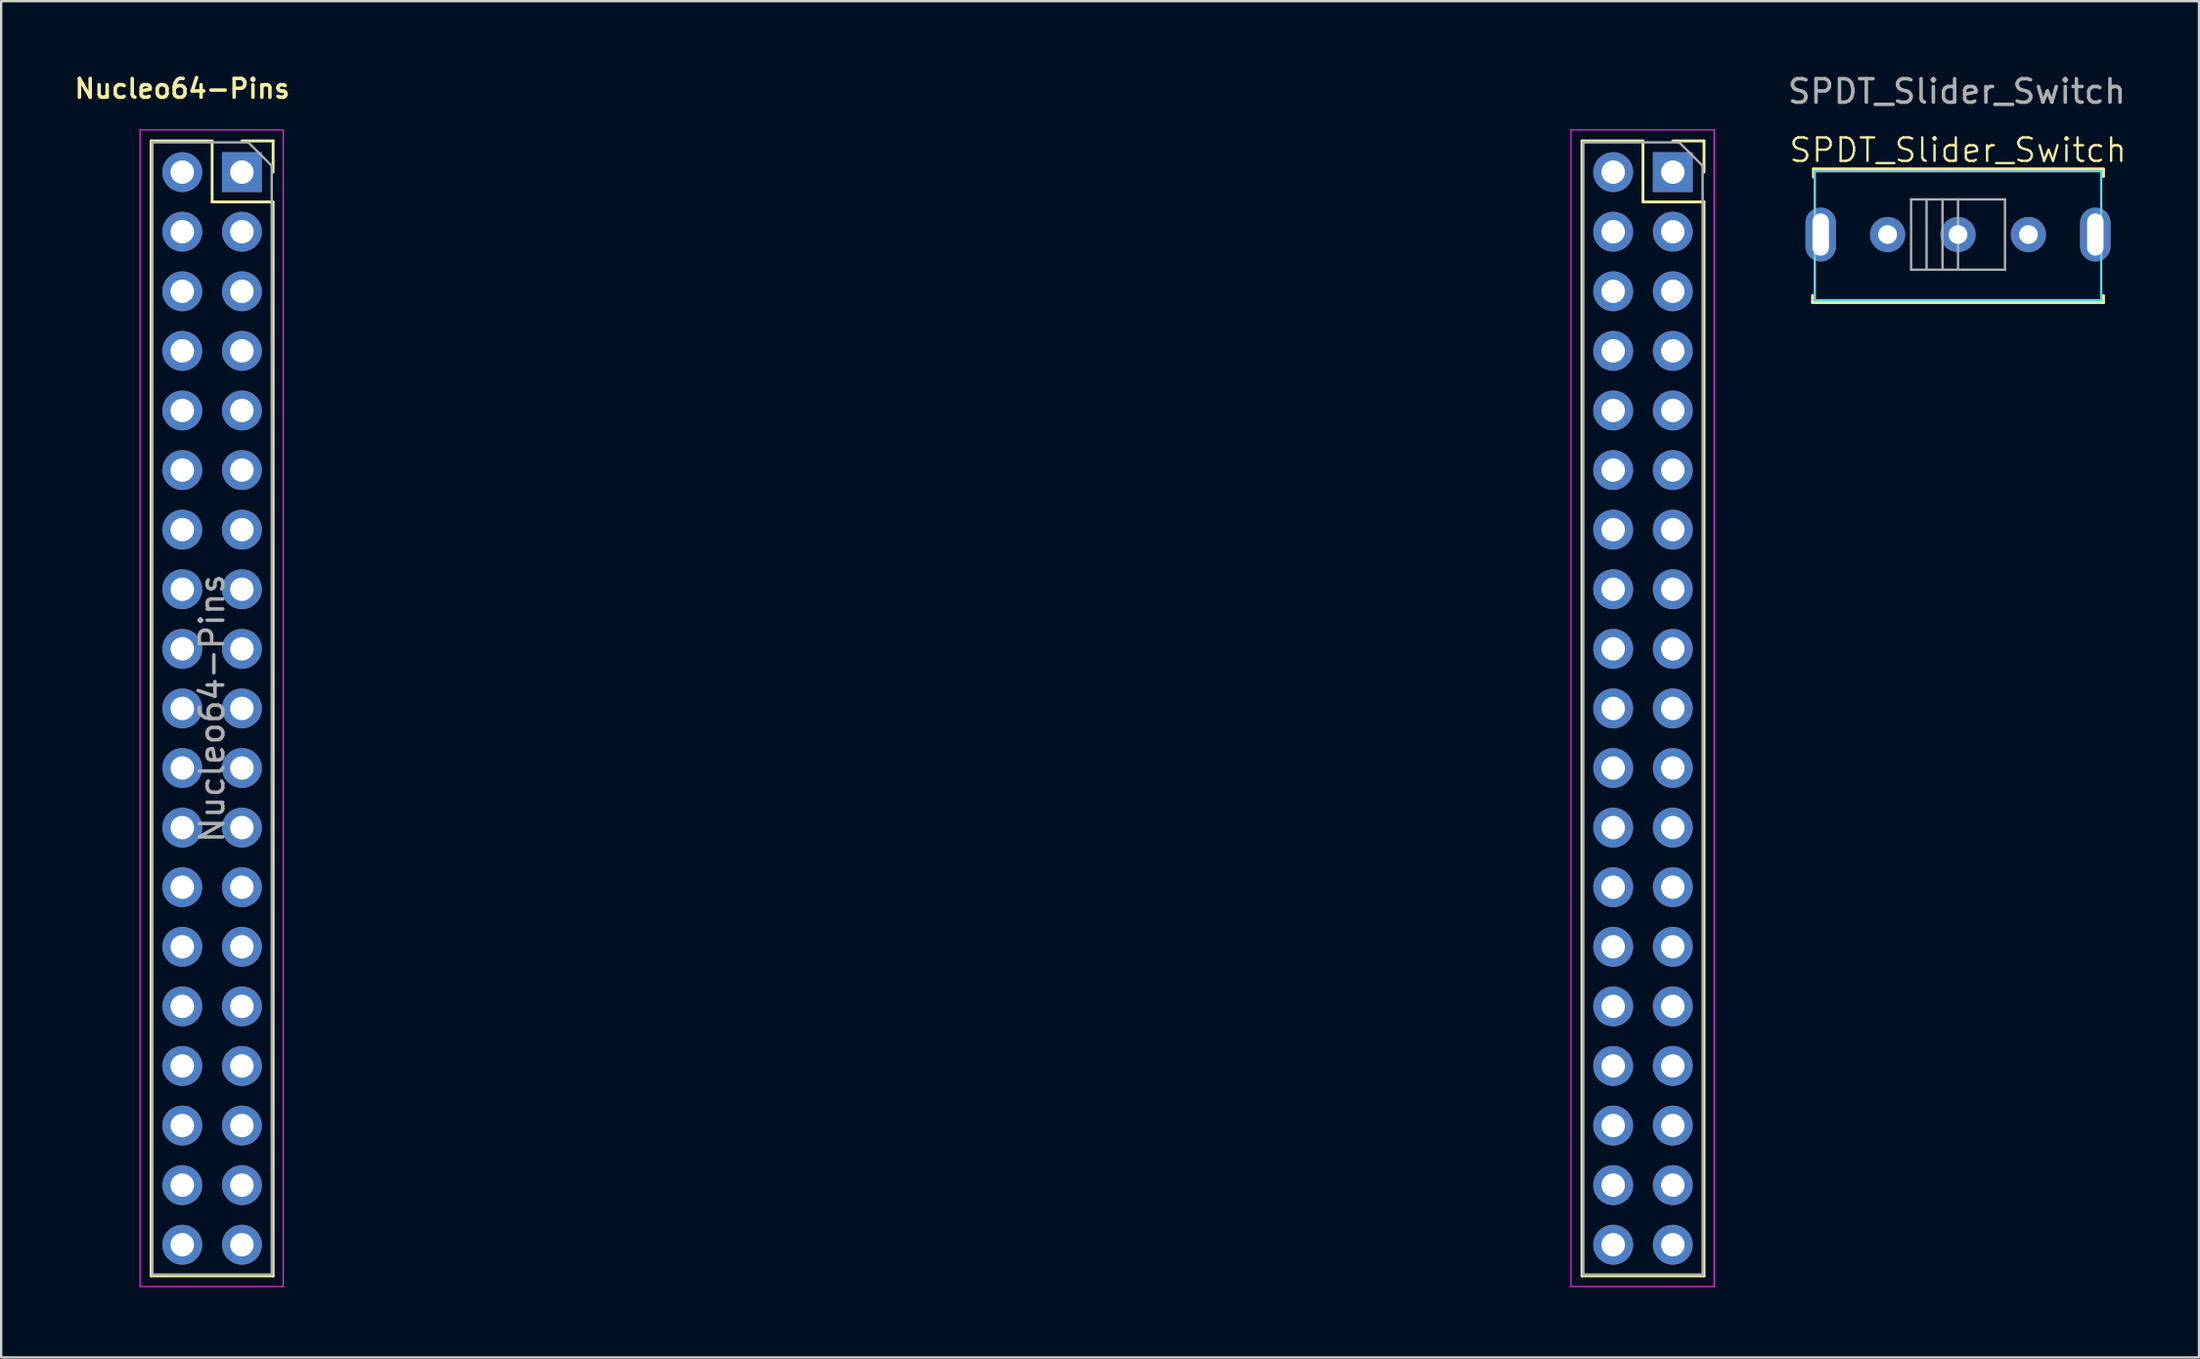
<source format=kicad_pcb>
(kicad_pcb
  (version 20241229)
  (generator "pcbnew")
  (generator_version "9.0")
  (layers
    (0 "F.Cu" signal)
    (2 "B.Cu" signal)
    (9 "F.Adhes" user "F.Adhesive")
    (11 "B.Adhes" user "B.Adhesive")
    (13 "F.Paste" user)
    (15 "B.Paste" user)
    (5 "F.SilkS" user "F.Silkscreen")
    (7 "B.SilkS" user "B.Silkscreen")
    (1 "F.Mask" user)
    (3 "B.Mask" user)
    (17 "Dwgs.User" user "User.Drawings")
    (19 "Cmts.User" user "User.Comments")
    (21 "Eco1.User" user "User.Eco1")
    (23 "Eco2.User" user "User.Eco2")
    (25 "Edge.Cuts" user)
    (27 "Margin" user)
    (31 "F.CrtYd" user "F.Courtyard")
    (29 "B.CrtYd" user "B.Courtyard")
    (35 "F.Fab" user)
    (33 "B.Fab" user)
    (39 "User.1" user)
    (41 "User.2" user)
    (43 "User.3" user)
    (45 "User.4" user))
  (footprint "SPDT_Slider_Switch"
    (layer "F.Cu")
    (at 80.367 6.948)
    (property "Reference" "SPDT_Slider_Switch" (at 0 -3.6 0) (unlocked yes) (layer "F.SilkS") (effects (font (size 1 1) (thickness 0.1))))
    (attr through_hole)
    (fp_line (start -6.199 2.899) (end -6.199 2.589) (stroke (width 0.12) (type solid)) (layer "F.SilkS"))
    (fp_line (start -6.16 -2.8) (end 6.2 -2.8) (stroke (width 0.12) (type solid)) (layer "F.SilkS"))
    (fp_line (start -6.16 -2.45) (end -6.16 -2.8) (stroke (width 0.12) (type solid)) (layer "F.SilkS"))
    (fp_line (start 6.2 -2.78) (end 6.2 -2.47) (stroke (width 0.12) (type solid)) (layer "F.SilkS"))
    (fp_line (start 6.2 2.899) (end -6.199 2.899) (stroke (width 0.12) (type solid)) (layer "F.SilkS"))
    (fp_line (start 6.2 2.905) (end 6.2 2.595) (stroke (width 0.12) (type solid)) (layer "F.SilkS"))
    (fp_line (start -6.15 -2.7) (end 6.15 -2.7) (stroke (width 0.05) (type solid)) (layer "B.CrtYd"))
    (fp_line (start -6.15 2.8) (end 6.15 2.8) (stroke (width 0.05) (type solid)) (layer "B.CrtYd"))
    (fp_line (start -6.1 2.8) (end -6.1 -2.7) (stroke (width 0.05) (type solid)) (layer "B.CrtYd"))
    (fp_line (start 6.1 2.8) (end 6.1 -2.7) (stroke (width 0.05) (type solid)) (layer "B.CrtYd"))
    (fp_line (start -2 -1.5) (end -2 1.5) (stroke (width 0.1) (type solid)) (layer "F.Fab"))
    (fp_line (start -2 -1.5) (end 2 -1.5) (stroke (width 0.1) (type solid)) (layer "F.Fab"))
    (fp_line (start -2 1.5) (end 2 1.5) (stroke (width 0.1) (type solid)) (layer "F.Fab"))
    (fp_line (start -1.34 -1.5) (end -1.34 1.5) (stroke (width 0.1) (type solid)) (layer "F.Fab"))
    (fp_line (start -0.66 -1.5) (end -0.66 1.5) (stroke (width 0.1) (type solid)) (layer "F.Fab"))
    (fp_line (start 0 -1.5) (end 0 1.5) (stroke (width 0.1) (type solid)) (layer "F.Fab"))
    (fp_line (start 2 -1.5) (end 2 1.5) (stroke (width 0.1) (type solid)) (layer "F.Fab"))
    (fp_rect (start -6.1 -2.7) (end 6.1 2.8) (stroke (width 0.1) (type default)) (fill no) (layer "F.Fab"))
    (fp_text user "${REFERENCE}" (at -0.05 -6.1 0) (unlocked yes) (layer "F.Fab") (effects (font (size 1 1) (thickness 0.15))))
    (pad "" thru_hole oval (at -5.85 0) (size 1.3 2.3) (drill oval 0.7 1.8) (layers "*.Cu" "*.Mask"))
    (pad "" thru_hole oval (at 5.85 0) (size 1.3 2.3) (drill oval 0.7 1.8) (layers "*.Cu" "*.Mask"))
    (pad "1" thru_hole circle (at -3 0) (size 1.5 1.5) (drill 0.8) (layers "*.Cu" "*.Mask"))
    (pad "2" thru_hole circle (at 0 0) (size 1.5 1.5) (drill 0.8) (layers "*.Cu" "*.Mask"))
    (pad "3" thru_hole circle (at 3 0) (size 1.5 1.5) (drill 0.8) (layers "*.Cu" "*.Mask")))
  (footprint "Nucleo64-Pins"
    (layer "F.Cu")
    (at 36.466 27.147)
    (property "Reference" "Nucleo64-Pins" (at -31.75 -26.416 0) (unlocked yes) (layer "F.SilkS") (effects (font (size 0.8 0.8) (thickness 0.15))))
    (attr through_hole)
    (fp_line (start -33.08 -24.19) (end -33.08 24.19) (stroke (width 0.12) (type solid)) (layer "F.SilkS"))
    (fp_line (start -33.08 -24.19) (end -30.48 -24.19) (stroke (width 0.12) (type solid)) (layer "F.SilkS"))
    (fp_line (start -33.08 24.19) (end -27.88 24.19) (stroke (width 0.12) (type solid)) (layer "F.SilkS"))
    (fp_line (start -30.48 -24.19) (end -30.48 -21.59) (stroke (width 0.12) (type solid)) (layer "F.SilkS"))
    (fp_line (start -30.48 -21.59) (end -27.88 -21.59) (stroke (width 0.12) (type solid)) (layer "F.SilkS"))
    (fp_line (start -29.21 -24.19) (end -27.88 -24.19) (stroke (width 0.12) (type solid)) (layer "F.SilkS"))
    (fp_line (start -27.88 -24.19) (end -27.88 -22.86) (stroke (width 0.12) (type solid)) (layer "F.SilkS"))
    (fp_line (start -27.88 -21.59) (end -27.88 24.19) (stroke (width 0.12) (type solid)) (layer "F.SilkS"))
    (fp_line (start 27.88 -24.19) (end 27.88 24.19) (stroke (width 0.12) (type solid)) (layer "F.SilkS"))
    (fp_line (start 27.88 -24.19) (end 30.48 -24.19) (stroke (width 0.12) (type solid)) (layer "F.SilkS"))
    (fp_line (start 27.88 24.19) (end 33.08 24.19) (stroke (width 0.12) (type solid)) (layer "F.SilkS"))
    (fp_line (start 30.48 -24.19) (end 30.48 -21.59) (stroke (width 0.12) (type solid)) (layer "F.SilkS"))
    (fp_line (start 30.48 -21.59) (end 33.08 -21.59) (stroke (width 0.12) (type solid)) (layer "F.SilkS"))
    (fp_line (start 31.75 -24.19) (end 33.08 -24.19) (stroke (width 0.12) (type solid)) (layer "F.SilkS"))
    (fp_line (start 33.08 -24.19) (end 33.08 -22.86) (stroke (width 0.12) (type solid)) (layer "F.SilkS"))
    (fp_line (start 33.08 -21.59) (end 33.08 24.19) (stroke (width 0.12) (type solid)) (layer "F.SilkS"))
    (fp_line (start -33.55 -24.66) (end -27.45 -24.66) (stroke (width 0.05) (type solid)) (layer "F.CrtYd"))
    (fp_line (start -33.55 24.64) (end -33.55 -24.66) (stroke (width 0.05) (type solid)) (layer "F.CrtYd"))
    (fp_line (start -27.45 -24.66) (end -27.45 24.64) (stroke (width 0.05) (type solid)) (layer "F.CrtYd"))
    (fp_line (start -27.45 24.64) (end -33.55 24.64) (stroke (width 0.05) (type solid)) (layer "F.CrtYd"))
    (fp_line (start 27.41 -24.66) (end 33.51 -24.66) (stroke (width 0.05) (type solid)) (layer "F.CrtYd"))
    (fp_line (start 27.41 24.64) (end 27.41 -24.66) (stroke (width 0.05) (type solid)) (layer "F.CrtYd"))
    (fp_line (start 33.51 -24.66) (end 33.51 24.64) (stroke (width 0.05) (type solid)) (layer "F.CrtYd"))
    (fp_line (start 33.51 24.64) (end 27.41 24.64) (stroke (width 0.05) (type solid)) (layer "F.CrtYd"))
    (fp_line (start -33.02 -24.13) (end -28.94 -24.13) (stroke (width 0.1) (type solid)) (layer "F.Fab"))
    (fp_line (start -33.02 24.13) (end -33.02 -24.13) (stroke (width 0.1) (type solid)) (layer "F.Fab"))
    (fp_line (start -28.94 -24.13) (end -27.94 -23.13) (stroke (width 0.1) (type solid)) (layer "F.Fab"))
    (fp_line (start -27.94 -23.13) (end -27.94 24.13) (stroke (width 0.1) (type solid)) (layer "F.Fab"))
    (fp_line (start -27.94 24.13) (end -33.02 24.13) (stroke (width 0.1) (type solid)) (layer "F.Fab"))
    (fp_line (start 27.94 -24.13) (end 32.02 -24.13) (stroke (width 0.1) (type solid)) (layer "F.Fab"))
    (fp_line (start 27.94 24.13) (end 27.94 -24.13) (stroke (width 0.1) (type solid)) (layer "F.Fab"))
    (fp_line (start 32.02 -24.13) (end 33.02 -23.13) (stroke (width 0.1) (type solid)) (layer "F.Fab"))
    (fp_line (start 33.02 -23.13) (end 33.02 24.13) (stroke (width 0.1) (type solid)) (layer "F.Fab"))
    (fp_line (start 33.02 24.13) (end 27.94 24.13) (stroke (width 0.1) (type solid)) (layer "F.Fab"))
    (fp_text user "${REFERENCE}" (at -30.48 0 90) (layer "F.Fab") (effects (font (size 1 1) (thickness 0.15))))
    (pad "1" thru_hole oval (at -31.75 -22.86) (size 1.7 1.7) (drill 1) (layers "*.Cu" "*.Mask"))
    (pad "2" thru_hole rect (at -29.21 -22.86) (size 1.7 1.7) (drill 1) (layers "*.Cu" "*.Mask"))
    (pad "3" thru_hole oval (at -31.75 -20.32) (size 1.7 1.7) (drill 1) (layers "*.Cu" "*.Mask"))
    (pad "4" thru_hole oval (at -29.21 -20.32) (size 1.7 1.7) (drill 1) (layers "*.Cu" "*.Mask"))
    (pad "5" thru_hole oval (at -31.75 -17.78) (size 1.7 1.7) (drill 1) (layers "*.Cu" "*.Mask"))
    (pad "6" thru_hole oval (at -29.21 -17.78) (size 1.7 1.7) (drill 1) (layers "*.Cu" "*.Mask"))
    (pad "7" thru_hole oval (at -31.75 -15.24) (size 1.7 1.7) (drill 1) (layers "*.Cu" "*.Mask"))
    (pad "8" thru_hole oval (at -29.21 -15.24) (size 1.7 1.7) (drill 1) (layers "*.Cu" "*.Mask"))
    (pad "9" thru_hole oval (at -31.75 -12.7) (size 1.7 1.7) (drill 1) (layers "*.Cu" "*.Mask"))
    (pad "10" thru_hole oval (at -29.21 -12.7) (size 1.7 1.7) (drill 1) (layers "*.Cu" "*.Mask"))
    (pad "11" thru_hole oval (at -31.75 -10.16) (size 1.7 1.7) (drill 1) (layers "*.Cu" "*.Mask"))
    (pad "12" thru_hole oval (at -29.21 -10.16) (size 1.7 1.7) (drill 1) (layers "*.Cu" "*.Mask"))
    (pad "13" thru_hole oval (at -31.75 -7.62) (size 1.7 1.7) (drill 1) (layers "*.Cu" "*.Mask"))
    (pad "14" thru_hole oval (at -29.21 -7.62) (size 1.7 1.7) (drill 1) (layers "*.Cu" "*.Mask"))
    (pad "15" thru_hole oval (at -31.75 -5.08) (size 1.7 1.7) (drill 1) (layers "*.Cu" "*.Mask"))
    (pad "16" thru_hole oval (at -29.21 -5.08) (size 1.7 1.7) (drill 1) (layers "*.Cu" "*.Mask"))
    (pad "17" thru_hole oval (at -31.75 -2.54) (size 1.7 1.7) (drill 1) (layers "*.Cu" "*.Mask"))
    (pad "18" thru_hole oval (at -29.21 -2.54) (size 1.7 1.7) (drill 1) (layers "*.Cu" "*.Mask"))
    (pad "19" thru_hole oval (at -31.75 0) (size 1.7 1.7) (drill 1) (layers "*.Cu" "*.Mask"))
    (pad "20" thru_hole oval (at -29.21 0) (size 1.7 1.7) (drill 1) (layers "*.Cu" "*.Mask"))
    (pad "21" thru_hole oval (at -31.75 2.54) (size 1.7 1.7) (drill 1) (layers "*.Cu" "*.Mask"))
    (pad "22" thru_hole oval (at -29.21 2.54) (size 1.7 1.7) (drill 1) (layers "*.Cu" "*.Mask"))
    (pad "23" thru_hole oval (at -31.75 5.08) (size 1.7 1.7) (drill 1) (layers "*.Cu" "*.Mask"))
    (pad "24" thru_hole oval (at -29.21 5.08) (size 1.7 1.7) (drill 1) (layers "*.Cu" "*.Mask"))
    (pad "25" thru_hole oval (at -31.75 7.62) (size 1.7 1.7) (drill 1) (layers "*.Cu" "*.Mask"))
    (pad "26" thru_hole oval (at -29.21 7.62) (size 1.7 1.7) (drill 1) (layers "*.Cu" "*.Mask"))
    (pad "27" thru_hole oval (at -31.75 10.16) (size 1.7 1.7) (drill 1) (layers "*.Cu" "*.Mask"))
    (pad "28" thru_hole oval (at -29.21 10.16) (size 1.7 1.7) (drill 1) (layers "*.Cu" "*.Mask"))
    (pad "29" thru_hole oval (at -31.75 12.7) (size 1.7 1.7) (drill 1) (layers "*.Cu" "*.Mask"))
    (pad "30" thru_hole oval (at -29.21 12.7) (size 1.7 1.7) (drill 1) (layers "*.Cu" "*.Mask"))
    (pad "31" thru_hole oval (at -31.75 15.24) (size 1.7 1.7) (drill 1) (layers "*.Cu" "*.Mask"))
    (pad "32" thru_hole oval (at -29.21 15.24) (size 1.7 1.7) (drill 1) (layers "*.Cu" "*.Mask"))
    (pad "33" thru_hole oval (at -31.75 17.78) (size 1.7 1.7) (drill 1) (layers "*.Cu" "*.Mask"))
    (pad "34" thru_hole oval (at -29.21 17.78) (size 1.7 1.7) (drill 1) (layers "*.Cu" "*.Mask"))
    (pad "35" thru_hole oval (at -31.75 20.32) (size 1.7 1.7) (drill 1) (layers "*.Cu" "*.Mask"))
    (pad "36" thru_hole oval (at -29.21 20.32) (size 1.7 1.7) (drill 1) (layers "*.Cu" "*.Mask"))
    (pad "37" thru_hole oval (at -31.75 22.86) (size 1.7 1.7) (drill 1) (layers "*.Cu" "*.Mask"))
    (pad "38" thru_hole oval (at -29.21 22.86) (size 1.7 1.7) (drill 1) (layers "*.Cu" "*.Mask"))
    (pad "39" thru_hole oval (at 29.21 -22.86) (size 1.7 1.7) (drill 1) (layers "*.Cu" "*.Mask"))
    (pad "40" thru_hole rect (at 31.75 -22.86) (size 1.7 1.7) (drill 1) (layers "*.Cu" "*.Mask"))
    (pad "41" thru_hole oval (at 29.21 -20.32) (size 1.7 1.7) (drill 1) (layers "*.Cu" "*.Mask"))
    (pad "42" thru_hole oval (at 31.75 -20.32) (size 1.7 1.7) (drill 1) (layers "*.Cu" "*.Mask"))
    (pad "43" thru_hole oval (at 29.21 -17.78) (size 1.7 1.7) (drill 1) (layers "*.Cu" "*.Mask"))
    (pad "44" thru_hole oval (at 31.75 -17.78) (size 1.7 1.7) (drill 1) (layers "*.Cu" "*.Mask"))
    (pad "45" thru_hole oval (at 29.21 -15.24) (size 1.7 1.7) (drill 1) (layers "*.Cu" "*.Mask"))
    (pad "46" thru_hole oval (at 31.75 -15.24) (size 1.7 1.7) (drill 1) (layers "*.Cu" "*.Mask"))
    (pad "47" thru_hole oval (at 29.21 -12.7) (size 1.7 1.7) (drill 1) (layers "*.Cu" "*.Mask"))
    (pad "48" thru_hole oval (at 31.75 -12.7) (size 1.7 1.7) (drill 1) (layers "*.Cu" "*.Mask"))
    (pad "49" thru_hole oval (at 29.21 -10.16) (size 1.7 1.7) (drill 1) (layers "*.Cu" "*.Mask"))
    (pad "50" thru_hole oval (at 31.75 -10.16) (size 1.7 1.7) (drill 1) (layers "*.Cu" "*.Mask"))
    (pad "51" thru_hole oval (at 29.21 -7.62) (size 1.7 1.7) (drill 1) (layers "*.Cu" "*.Mask"))
    (pad "52" thru_hole oval (at 31.75 -7.62) (size 1.7 1.7) (drill 1) (layers "*.Cu" "*.Mask"))
    (pad "53" thru_hole oval (at 29.21 -5.08) (size 1.7 1.7) (drill 1) (layers "*.Cu" "*.Mask"))
    (pad "54" thru_hole oval (at 31.75 -5.08) (size 1.7 1.7) (drill 1) (layers "*.Cu" "*.Mask"))
    (pad "55" thru_hole oval (at 29.21 -2.54) (size 1.7 1.7) (drill 1) (layers "*.Cu" "*.Mask"))
    (pad "56" thru_hole oval (at 31.75 -2.54) (size 1.7 1.7) (drill 1) (layers "*.Cu" "*.Mask"))
    (pad "57" thru_hole oval (at 29.21 0) (size 1.7 1.7) (drill 1) (layers "*.Cu" "*.Mask"))
    (pad "58" thru_hole oval (at 31.75 0) (size 1.7 1.7) (drill 1) (layers "*.Cu" "*.Mask"))
    (pad "59" thru_hole oval (at 29.21 2.54) (size 1.7 1.7) (drill 1) (layers "*.Cu" "*.Mask"))
    (pad "60" thru_hole oval (at 31.75 2.54) (size 1.7 1.7) (drill 1) (layers "*.Cu" "*.Mask"))
    (pad "61" thru_hole oval (at 29.21 5.08) (size 1.7 1.7) (drill 1) (layers "*.Cu" "*.Mask"))
    (pad "62" thru_hole oval (at 31.75 5.08) (size 1.7 1.7) (drill 1) (layers "*.Cu" "*.Mask"))
    (pad "63" thru_hole oval (at 29.21 7.62) (size 1.7 1.7) (drill 1) (layers "*.Cu" "*.Mask"))
    (pad "64" thru_hole oval (at 31.75 7.62) (size 1.7 1.7) (drill 1) (layers "*.Cu" "*.Mask"))
    (pad "65" thru_hole oval (at 29.21 10.16) (size 1.7 1.7) (drill 1) (layers "*.Cu" "*.Mask"))
    (pad "66" thru_hole oval (at 31.75 10.16) (size 1.7 1.7) (drill 1) (layers "*.Cu" "*.Mask"))
    (pad "67" thru_hole oval (at 29.21 12.7) (size 1.7 1.7) (drill 1) (layers "*.Cu" "*.Mask"))
    (pad "68" thru_hole oval (at 31.75 12.7) (size 1.7 1.7) (drill 1) (layers "*.Cu" "*.Mask"))
    (pad "69" thru_hole oval (at 29.21 15.24) (size 1.7 1.7) (drill 1) (layers "*.Cu" "*.Mask"))
    (pad "70" thru_hole oval (at 31.75 15.24) (size 1.7 1.7) (drill 1) (layers "*.Cu" "*.Mask"))
    (pad "71" thru_hole oval (at 29.21 17.78) (size 1.7 1.7) (drill 1) (layers "*.Cu" "*.Mask"))
    (pad "72" thru_hole oval (at 31.75 17.78) (size 1.7 1.7) (drill 1) (layers "*.Cu" "*.Mask"))
    (pad "73" thru_hole oval (at 29.21 20.32) (size 1.7 1.7) (drill 1) (layers "*.Cu" "*.Mask"))
    (pad "74" thru_hole oval (at 31.75 20.32) (size 1.7 1.7) (drill 1) (layers "*.Cu" "*.Mask"))
    (pad "75" thru_hole oval (at 29.21 22.86) (size 1.7 1.7) (drill 1) (layers "*.Cu" "*.Mask"))
    (pad "76" thru_hole oval (at 31.75 22.86) (size 1.7 1.7) (drill 1) (layers "*.Cu" "*.Mask")))
  (gr_rect
    (start -3 -3)
    (end 90.632 54.812)
    (stroke (width 0.1) (type default))
    (fill no)
    (layer "Edge.Cuts")))
</source>
